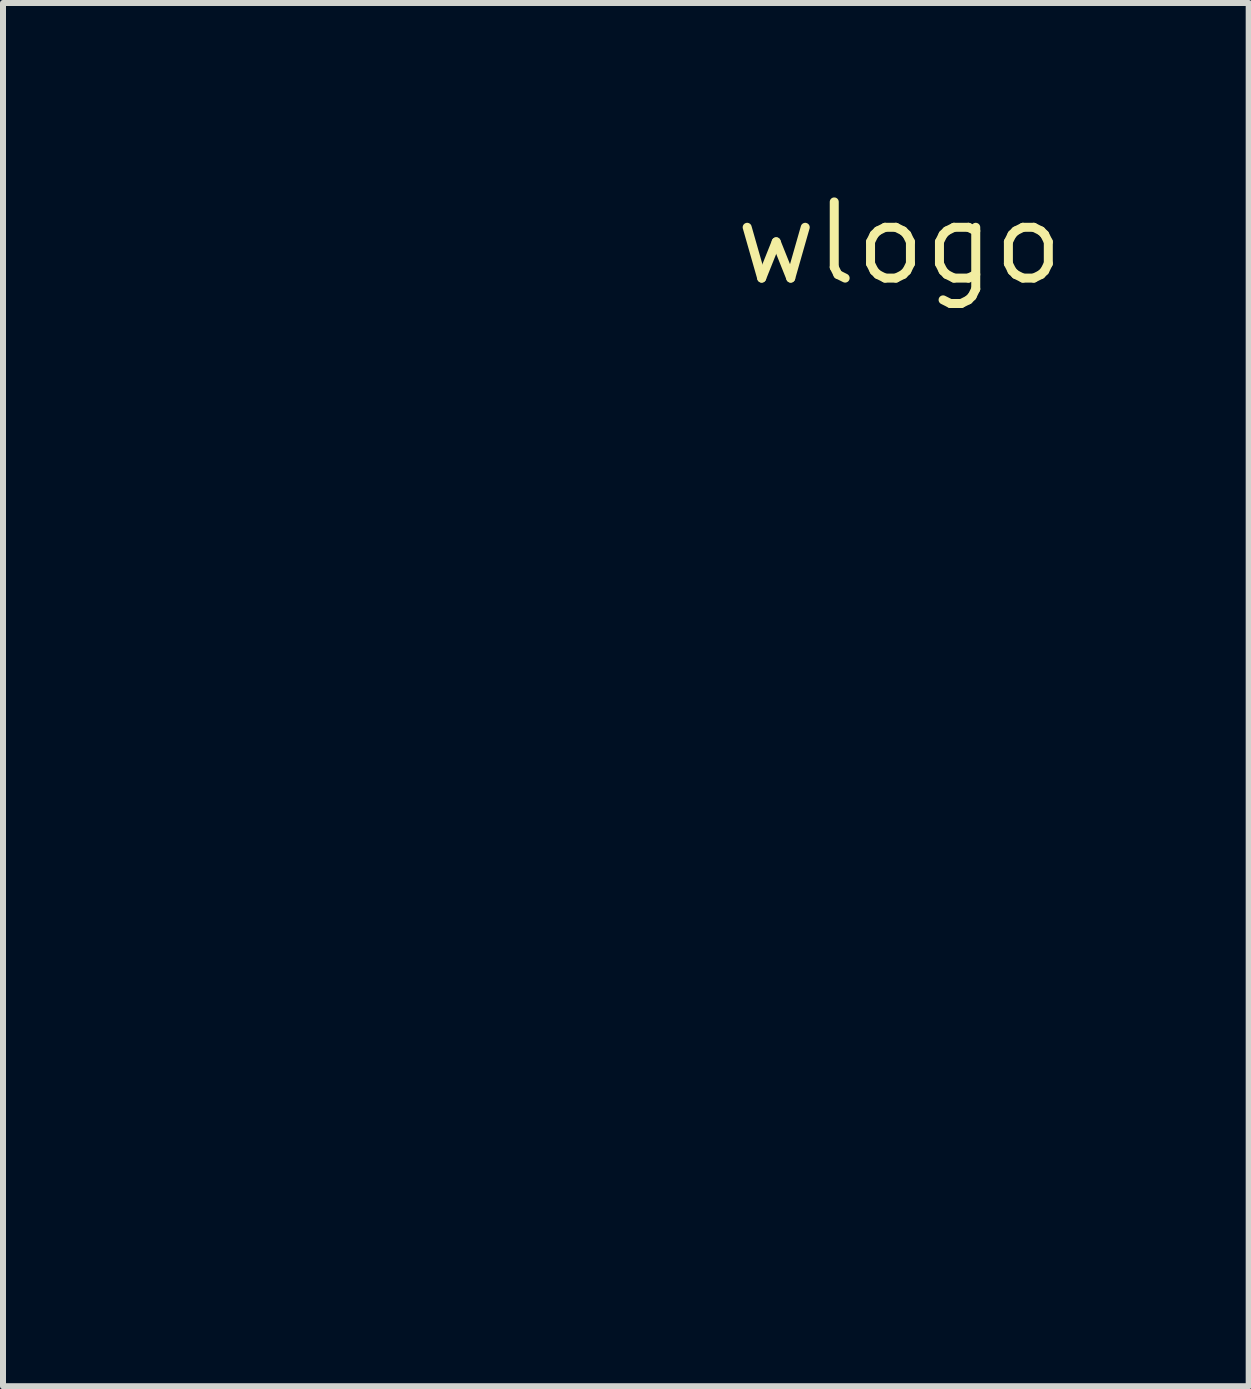
<source format=kicad_pcb>
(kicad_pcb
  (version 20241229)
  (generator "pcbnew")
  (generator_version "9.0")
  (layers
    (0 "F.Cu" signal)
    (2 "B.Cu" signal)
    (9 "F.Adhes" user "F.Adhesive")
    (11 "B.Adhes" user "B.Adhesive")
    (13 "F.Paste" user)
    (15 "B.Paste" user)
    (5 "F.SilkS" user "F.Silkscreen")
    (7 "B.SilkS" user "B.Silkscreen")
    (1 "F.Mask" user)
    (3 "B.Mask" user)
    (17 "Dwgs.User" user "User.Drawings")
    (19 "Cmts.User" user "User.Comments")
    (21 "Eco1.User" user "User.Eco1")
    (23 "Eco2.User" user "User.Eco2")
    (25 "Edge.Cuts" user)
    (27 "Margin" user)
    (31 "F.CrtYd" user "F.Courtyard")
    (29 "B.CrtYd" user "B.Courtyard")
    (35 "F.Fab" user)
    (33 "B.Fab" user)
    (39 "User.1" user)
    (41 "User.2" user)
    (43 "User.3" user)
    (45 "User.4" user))
  (footprint "wlogo"
    (layer "F.Cu")
    (at 11.945 1.006)
    (property "Reference" "wlogo" (at 0 0 0) (layer "F.SilkS") (effects (font (size 1.27 1.27) (thickness 0.15))))
    (attr through_hole)
    (fp_poly (pts (xy -3.545 9.535) (xy -2.265 9.546) (xy -2.265 10.689) (xy -2.645 10.71) (xy -3.026 10.732) (xy -3.706 13.314) (xy -3.825 13.768) (xy -3.939 14.199) (xy -4.045 14.6) (xy -4.142 14.963) (xy -4.227 15.281) (xy -4.298 15.548) (xy -4.354 15.756) (xy -4.393 15.898) (xy -4.412 15.966) (xy -4.414 15.97) (xy -4.43 15.995) (xy -4.463 16.013) (xy -4.525 16.027) (xy -4.626 16.035) (xy -4.776 16.041) (xy -4.987 16.043) (xy -5.27 16.044) (xy -5.349 16.044) (xy -6.255 16.044) (xy -6.672 14.375) (xy -6.762 14.014) (xy -6.847 13.681) (xy -6.923 13.383) (xy -6.989 13.131) (xy -7.042 12.931) (xy -7.08 12.793) (xy -7.101 12.726) (xy -7.104 12.72) (xy -7.118 12.763) (xy -7.151 12.879) (xy -7.2 13.06) (xy -7.264 13.296) (xy -7.34 13.579) (xy -7.426 13.9) (xy -7.519 14.25) (xy -7.553 14.379) (xy -7.986 16.023) (xy -8.901 16.035) (xy -9.817 16.046) (xy -9.854 15.908) (xy -9.871 15.843) (xy -9.907 15.703) (xy -9.959 15.496) (xy -10.025 15.23) (xy -10.105 14.911) (xy -10.196 14.549) (xy -10.296 14.149) (xy -10.403 13.719) (xy -10.516 13.268) (xy -10.523 13.24) (xy -11.154 10.71) (xy -11.94 10.71) (xy -11.929 10.128) (xy -11.917 9.546) (xy -8.488 9.546) (xy -8.488 10.689) (xy -8.915 10.701) (xy -9.341 10.713) (xy -8.93 12.386) (xy -8.84 12.749) (xy -8.756 13.086) (xy -8.681 13.388) (xy -8.615 13.646) (xy -8.562 13.851) (xy -8.524 13.996) (xy -8.503 14.07) (xy -8.5 14.078) (xy -8.485 14.042) (xy -8.452 13.931) (xy -8.4 13.753) (xy -8.333 13.515) (xy -8.252 13.225) (xy -8.159 12.888) (xy -8.057 12.514) (xy -7.947 12.108) (xy -7.87 11.822) (xy -7.259 9.546) (xy -6.075 9.546) (xy -5.508 11.823) (xy -5.403 12.246) (xy -5.303 12.644) (xy -5.21 13.007) (xy -5.127 13.33) (xy -5.056 13.605) (xy -4.998 13.824) (xy -4.955 13.98) (xy -4.93 14.066) (xy -4.923 14.081) (xy -4.909 14.038) (xy -4.876 13.924) (xy -4.827 13.749) (xy -4.764 13.524) (xy -4.692 13.259) (xy -4.611 12.965) (xy -4.527 12.653) (xy -4.44 12.332) (xy -4.355 12.015) (xy -4.273 11.71) (xy -4.198 11.429) (xy -4.133 11.183) (xy -4.08 10.981) (xy -4.043 10.835) (xy -4.024 10.754) (xy -4.022 10.743) (xy -4.061 10.729) (xy -4.166 10.718) (xy -4.32 10.711) (xy -4.424 10.71) (xy -4.826 10.71) (xy -4.826 9.524) (xy -3.545 9.535)) (stroke (width 0.01) (type solid)) (fill yes) (layer "F.Mask")))
  (gr_rect
    (start -3 -3)
    (end 17.765 20.057)
    (stroke (width 0.1) (type default))
    (fill no)
    (layer "Edge.Cuts")))
</source>
